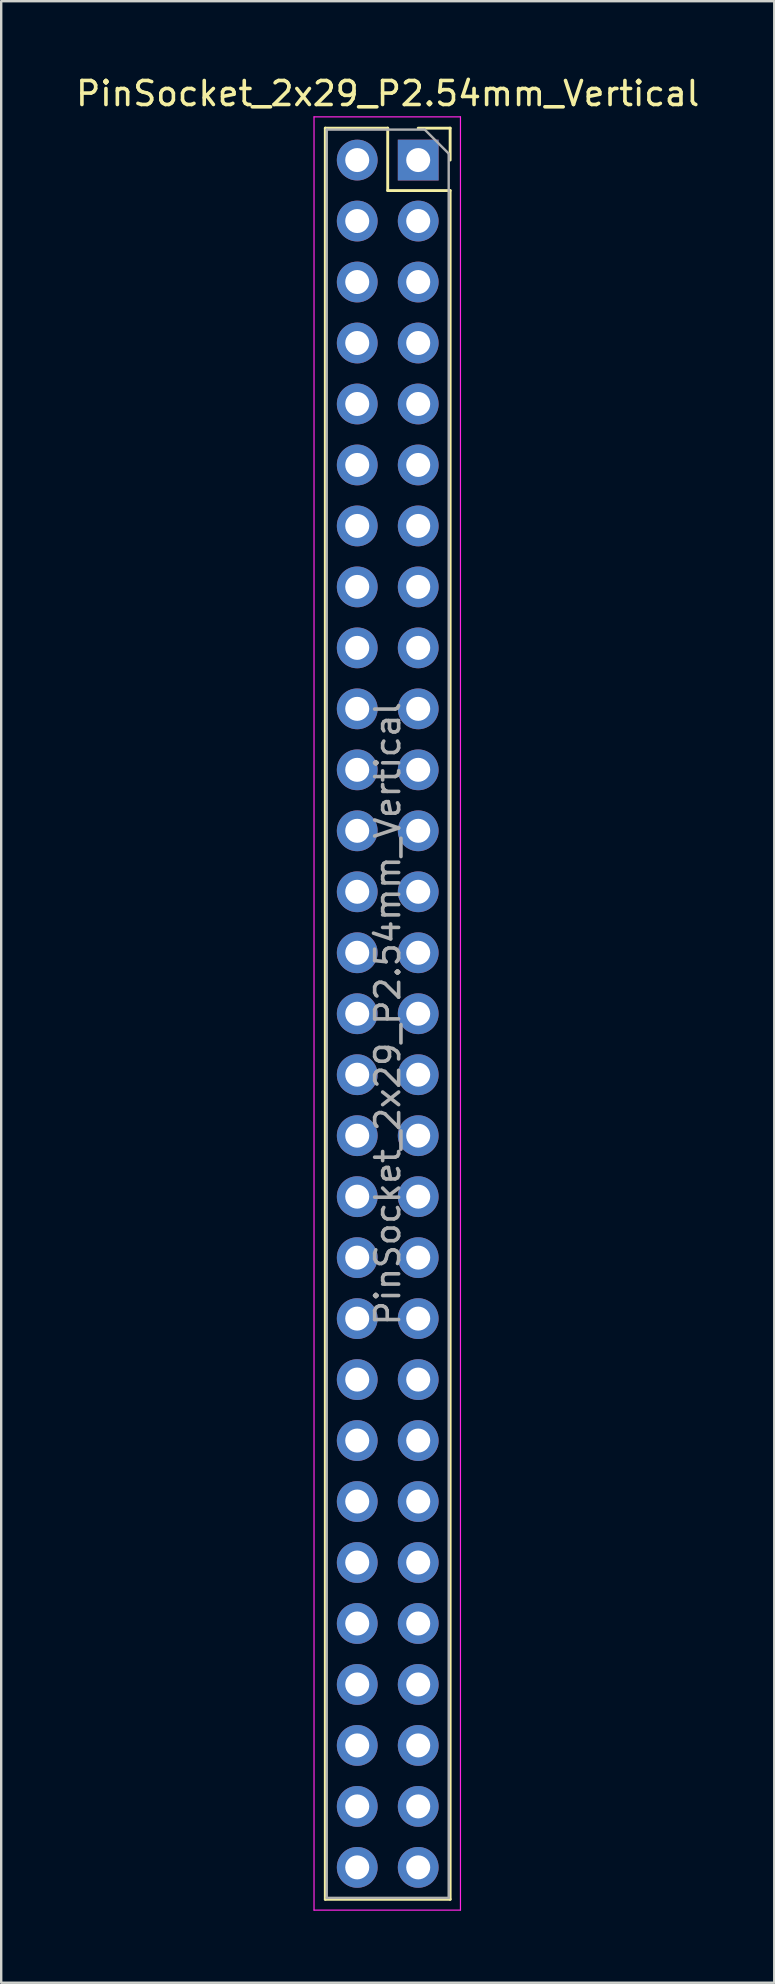
<source format=kicad_pcb>
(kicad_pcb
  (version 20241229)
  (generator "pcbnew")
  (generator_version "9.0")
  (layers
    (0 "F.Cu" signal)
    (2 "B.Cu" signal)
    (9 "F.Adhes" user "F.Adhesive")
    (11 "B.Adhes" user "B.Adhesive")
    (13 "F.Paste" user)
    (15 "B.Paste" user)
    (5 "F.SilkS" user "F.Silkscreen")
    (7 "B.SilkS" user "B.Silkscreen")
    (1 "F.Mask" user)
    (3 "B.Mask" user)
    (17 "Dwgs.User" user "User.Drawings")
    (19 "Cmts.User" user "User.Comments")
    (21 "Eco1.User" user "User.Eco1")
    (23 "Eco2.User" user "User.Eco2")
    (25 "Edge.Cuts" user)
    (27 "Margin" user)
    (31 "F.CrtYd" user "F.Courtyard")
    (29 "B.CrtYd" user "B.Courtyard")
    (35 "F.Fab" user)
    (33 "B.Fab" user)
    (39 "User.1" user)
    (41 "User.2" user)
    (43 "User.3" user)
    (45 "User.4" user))
  (footprint "PinSocket_2x29_P2.54mm_Vertical"
    (layer "F.Cu")
    (at 14.371 3.618)
    (property "Reference" "PinSocket_2x29_P2.54mm_Vertical" (at -1.27 -2.77 0) (layer "F.SilkS") (effects (font (size 1 1) (thickness 0.15))))
    (attr through_hole)
    (fp_line (start -3.87 -1.33) (end -3.87 72.45) (stroke (width 0.12) (type solid)) (layer "F.SilkS"))
    (fp_line (start -3.87 -1.33) (end -1.27 -1.33) (stroke (width 0.12) (type solid)) (layer "F.SilkS"))
    (fp_line (start -3.87 72.45) (end 1.33 72.45) (stroke (width 0.12) (type solid)) (layer "F.SilkS"))
    (fp_line (start -1.27 -1.33) (end -1.27 1.27) (stroke (width 0.12) (type solid)) (layer "F.SilkS"))
    (fp_line (start -1.27 1.27) (end 1.33 1.27) (stroke (width 0.12) (type solid)) (layer "F.SilkS"))
    (fp_line (start 0 -1.33) (end 1.33 -1.33) (stroke (width 0.12) (type solid)) (layer "F.SilkS"))
    (fp_line (start 1.33 -1.33) (end 1.33 0) (stroke (width 0.12) (type solid)) (layer "F.SilkS"))
    (fp_line (start 1.33 1.27) (end 1.33 72.45) (stroke (width 0.12) (type solid)) (layer "F.SilkS"))
    (fp_line (start -4.34 -1.8) (end 1.76 -1.8) (stroke (width 0.05) (type solid)) (layer "F.CrtYd"))
    (fp_line (start -4.34 72.9) (end -4.34 -1.8) (stroke (width 0.05) (type solid)) (layer "F.CrtYd"))
    (fp_line (start 1.76 -1.8) (end 1.76 72.9) (stroke (width 0.05) (type solid)) (layer "F.CrtYd"))
    (fp_line (start 1.76 72.9) (end -4.34 72.9) (stroke (width 0.05) (type solid)) (layer "F.CrtYd"))
    (fp_line (start -3.81 -1.27) (end 0.27 -1.27) (stroke (width 0.1) (type solid)) (layer "F.Fab"))
    (fp_line (start -3.81 72.39) (end -3.81 -1.27) (stroke (width 0.1) (type solid)) (layer "F.Fab"))
    (fp_line (start 0.27 -1.27) (end 1.27 -0.27) (stroke (width 0.1) (type solid)) (layer "F.Fab"))
    (fp_line (start 1.27 -0.27) (end 1.27 72.39) (stroke (width 0.1) (type solid)) (layer "F.Fab"))
    (fp_line (start 1.27 72.39) (end -3.81 72.39) (stroke (width 0.1) (type solid)) (layer "F.Fab"))
    (fp_text user "${REFERENCE}" (at -1.27 35.56 90) (layer "F.Fab") (effects (font (size 1 1) (thickness 0.15))))
    (pad "1" thru_hole rect (at 0 0) (size 1.7 1.7) (drill 1) (layers "*.Cu" "*.Mask"))
    (pad "2" thru_hole oval (at -2.54 0) (size 1.7 1.7) (drill 1) (layers "*.Cu" "*.Mask"))
    (pad "3" thru_hole oval (at 0 2.54) (size 1.7 1.7) (drill 1) (layers "*.Cu" "*.Mask"))
    (pad "4" thru_hole oval (at -2.54 2.54) (size 1.7 1.7) (drill 1) (layers "*.Cu" "*.Mask"))
    (pad "5" thru_hole oval (at 0 5.08) (size 1.7 1.7) (drill 1) (layers "*.Cu" "*.Mask"))
    (pad "6" thru_hole oval (at -2.54 5.08) (size 1.7 1.7) (drill 1) (layers "*.Cu" "*.Mask"))
    (pad "7" thru_hole oval (at 0 7.62) (size 1.7 1.7) (drill 1) (layers "*.Cu" "*.Mask"))
    (pad "8" thru_hole oval (at -2.54 7.62) (size 1.7 1.7) (drill 1) (layers "*.Cu" "*.Mask"))
    (pad "9" thru_hole oval (at 0 10.16) (size 1.7 1.7) (drill 1) (layers "*.Cu" "*.Mask"))
    (pad "10" thru_hole oval (at -2.54 10.16) (size 1.7 1.7) (drill 1) (layers "*.Cu" "*.Mask"))
    (pad "11" thru_hole oval (at 0 12.7) (size 1.7 1.7) (drill 1) (layers "*.Cu" "*.Mask"))
    (pad "12" thru_hole oval (at -2.54 12.7) (size 1.7 1.7) (drill 1) (layers "*.Cu" "*.Mask"))
    (pad "13" thru_hole oval (at 0 15.24) (size 1.7 1.7) (drill 1) (layers "*.Cu" "*.Mask"))
    (pad "14" thru_hole oval (at -2.54 15.24) (size 1.7 1.7) (drill 1) (layers "*.Cu" "*.Mask"))
    (pad "15" thru_hole oval (at 0 17.78) (size 1.7 1.7) (drill 1) (layers "*.Cu" "*.Mask"))
    (pad "16" thru_hole oval (at -2.54 17.78) (size 1.7 1.7) (drill 1) (layers "*.Cu" "*.Mask"))
    (pad "17" thru_hole oval (at 0 20.32) (size 1.7 1.7) (drill 1) (layers "*.Cu" "*.Mask"))
    (pad "18" thru_hole oval (at -2.54 20.32) (size 1.7 1.7) (drill 1) (layers "*.Cu" "*.Mask"))
    (pad "19" thru_hole oval (at 0 22.86) (size 1.7 1.7) (drill 1) (layers "*.Cu" "*.Mask"))
    (pad "20" thru_hole oval (at -2.54 22.86) (size 1.7 1.7) (drill 1) (layers "*.Cu" "*.Mask"))
    (pad "21" thru_hole oval (at 0 25.4) (size 1.7 1.7) (drill 1) (layers "*.Cu" "*.Mask"))
    (pad "22" thru_hole oval (at -2.54 25.4) (size 1.7 1.7) (drill 1) (layers "*.Cu" "*.Mask"))
    (pad "23" thru_hole oval (at 0 27.94) (size 1.7 1.7) (drill 1) (layers "*.Cu" "*.Mask"))
    (pad "24" thru_hole oval (at -2.54 27.94) (size 1.7 1.7) (drill 1) (layers "*.Cu" "*.Mask"))
    (pad "25" thru_hole oval (at 0 30.48) (size 1.7 1.7) (drill 1) (layers "*.Cu" "*.Mask"))
    (pad "26" thru_hole oval (at -2.54 30.48) (size 1.7 1.7) (drill 1) (layers "*.Cu" "*.Mask"))
    (pad "27" thru_hole oval (at 0 33.02) (size 1.7 1.7) (drill 1) (layers "*.Cu" "*.Mask"))
    (pad "28" thru_hole oval (at -2.54 33.02) (size 1.7 1.7) (drill 1) (layers "*.Cu" "*.Mask"))
    (pad "29" thru_hole oval (at 0 35.56) (size 1.7 1.7) (drill 1) (layers "*.Cu" "*.Mask"))
    (pad "30" thru_hole oval (at -2.54 35.56) (size 1.7 1.7) (drill 1) (layers "*.Cu" "*.Mask"))
    (pad "31" thru_hole oval (at 0 38.1) (size 1.7 1.7) (drill 1) (layers "*.Cu" "*.Mask"))
    (pad "32" thru_hole oval (at -2.54 38.1) (size 1.7 1.7) (drill 1) (layers "*.Cu" "*.Mask"))
    (pad "33" thru_hole oval (at 0 40.64) (size 1.7 1.7) (drill 1) (layers "*.Cu" "*.Mask"))
    (pad "34" thru_hole oval (at -2.54 40.64) (size 1.7 1.7) (drill 1) (layers "*.Cu" "*.Mask"))
    (pad "35" thru_hole oval (at 0 43.18) (size 1.7 1.7) (drill 1) (layers "*.Cu" "*.Mask"))
    (pad "36" thru_hole oval (at -2.54 43.18) (size 1.7 1.7) (drill 1) (layers "*.Cu" "*.Mask"))
    (pad "37" thru_hole oval (at 0 45.72) (size 1.7 1.7) (drill 1) (layers "*.Cu" "*.Mask"))
    (pad "38" thru_hole oval (at -2.54 45.72) (size 1.7 1.7) (drill 1) (layers "*.Cu" "*.Mask"))
    (pad "39" thru_hole oval (at 0 48.26) (size 1.7 1.7) (drill 1) (layers "*.Cu" "*.Mask"))
    (pad "40" thru_hole oval (at -2.54 48.26) (size 1.7 1.7) (drill 1) (layers "*.Cu" "*.Mask"))
    (pad "41" thru_hole oval (at 0 50.8) (size 1.7 1.7) (drill 1) (layers "*.Cu" "*.Mask"))
    (pad "42" thru_hole oval (at -2.54 50.8) (size 1.7 1.7) (drill 1) (layers "*.Cu" "*.Mask"))
    (pad "43" thru_hole oval (at 0 53.34) (size 1.7 1.7) (drill 1) (layers "*.Cu" "*.Mask"))
    (pad "44" thru_hole oval (at -2.54 53.34) (size 1.7 1.7) (drill 1) (layers "*.Cu" "*.Mask"))
    (pad "45" thru_hole oval (at 0 55.88) (size 1.7 1.7) (drill 1) (layers "*.Cu" "*.Mask"))
    (pad "46" thru_hole oval (at -2.54 55.88) (size 1.7 1.7) (drill 1) (layers "*.Cu" "*.Mask"))
    (pad "47" thru_hole oval (at 0 58.42) (size 1.7 1.7) (drill 1) (layers "*.Cu" "*.Mask"))
    (pad "48" thru_hole oval (at -2.54 58.42) (size 1.7 1.7) (drill 1) (layers "*.Cu" "*.Mask"))
    (pad "49" thru_hole oval (at 0 60.96) (size 1.7 1.7) (drill 1) (layers "*.Cu" "*.Mask"))
    (pad "50" thru_hole oval (at -2.54 60.96) (size 1.7 1.7) (drill 1) (layers "*.Cu" "*.Mask"))
    (pad "51" thru_hole oval (at 0 63.5) (size 1.7 1.7) (drill 1) (layers "*.Cu" "*.Mask"))
    (pad "52" thru_hole oval (at -2.54 63.5) (size 1.7 1.7) (drill 1) (layers "*.Cu" "*.Mask"))
    (pad "53" thru_hole oval (at 0 66.04) (size 1.7 1.7) (drill 1) (layers "*.Cu" "*.Mask"))
    (pad "54" thru_hole oval (at -2.54 66.04) (size 1.7 1.7) (drill 1) (layers "*.Cu" "*.Mask"))
    (pad "55" thru_hole oval (at 0 68.58) (size 1.7 1.7) (drill 1) (layers "*.Cu" "*.Mask"))
    (pad "56" thru_hole oval (at -2.54 68.58) (size 1.7 1.7) (drill 1) (layers "*.Cu" "*.Mask"))
    (pad "57" thru_hole oval (at 0 71.12) (size 1.7 1.7) (drill 1) (layers "*.Cu" "*.Mask"))
    (pad "58" thru_hole oval (at -2.54 71.12) (size 1.7 1.7) (drill 1) (layers "*.Cu" "*.Mask")))
  (gr_rect
    (start -3 -3)
    (end 29.202 79.543)
    (stroke (width 0.1) (type default))
    (fill no)
    (layer "Edge.Cuts")))
</source>
